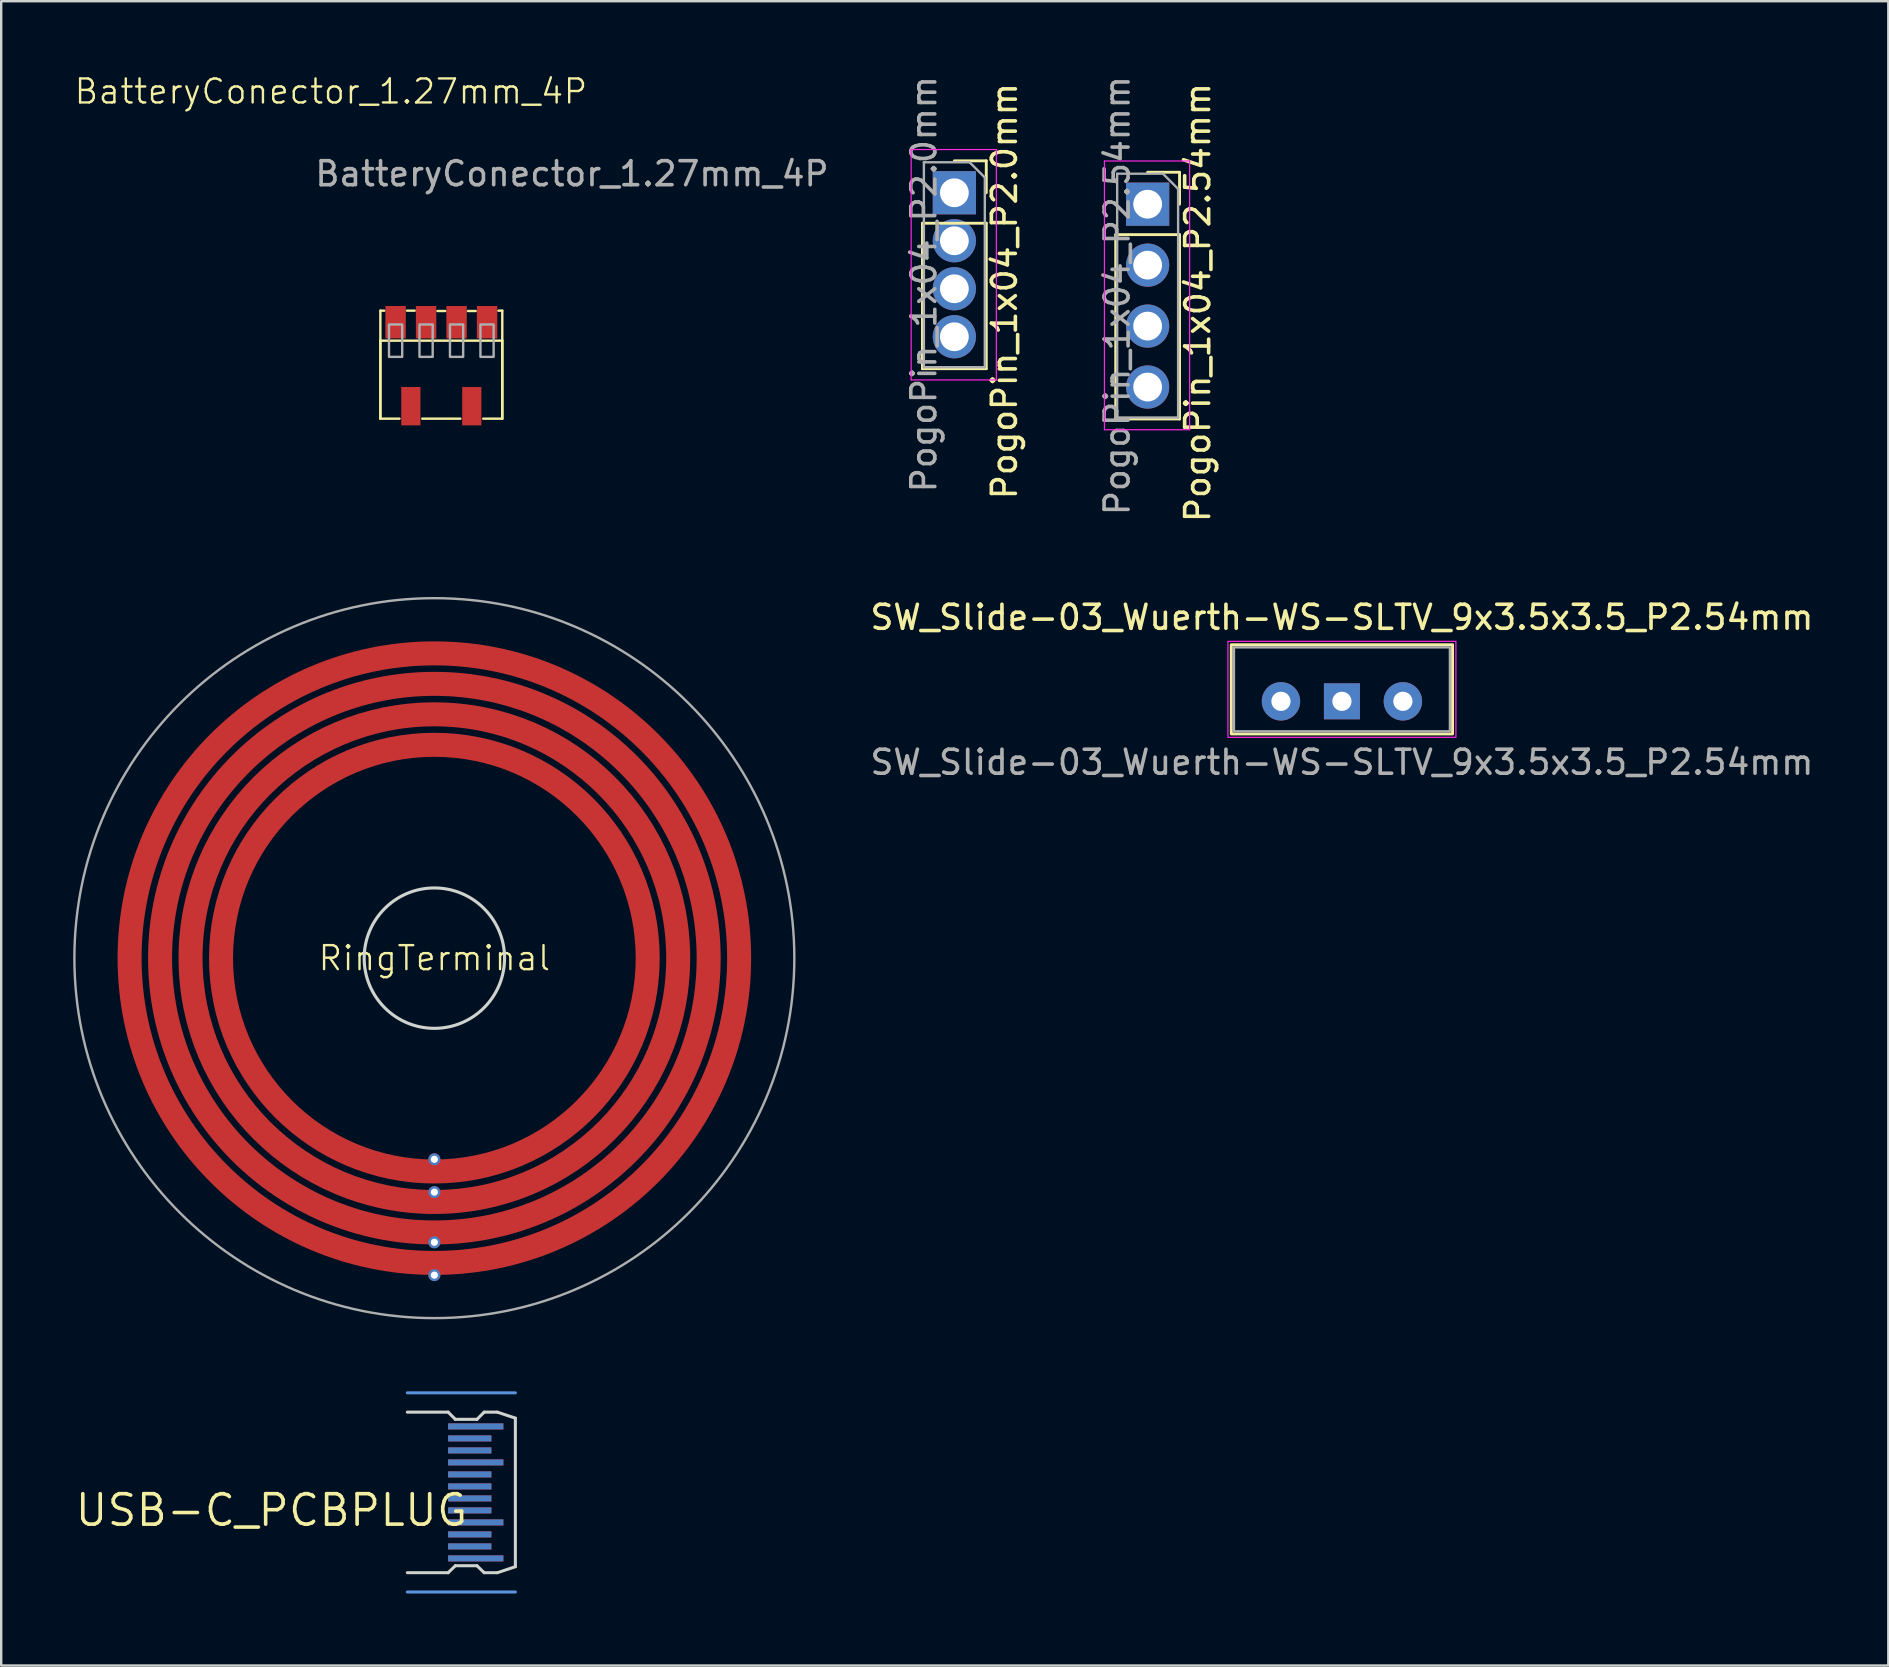
<source format=kicad_pcb>
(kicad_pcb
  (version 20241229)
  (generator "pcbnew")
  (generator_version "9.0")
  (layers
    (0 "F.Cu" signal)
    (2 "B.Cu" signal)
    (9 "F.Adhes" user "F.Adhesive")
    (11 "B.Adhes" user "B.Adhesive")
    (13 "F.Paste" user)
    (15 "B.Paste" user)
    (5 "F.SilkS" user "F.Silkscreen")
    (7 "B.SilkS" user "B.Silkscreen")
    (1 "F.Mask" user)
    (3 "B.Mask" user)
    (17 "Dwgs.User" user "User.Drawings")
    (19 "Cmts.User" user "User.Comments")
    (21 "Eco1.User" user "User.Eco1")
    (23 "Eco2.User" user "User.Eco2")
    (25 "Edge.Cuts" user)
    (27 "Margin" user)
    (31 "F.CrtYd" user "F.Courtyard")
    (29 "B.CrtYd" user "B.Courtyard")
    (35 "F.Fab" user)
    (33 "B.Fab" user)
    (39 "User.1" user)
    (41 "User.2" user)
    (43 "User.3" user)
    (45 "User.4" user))
  (footprint "PogoPin_1x04_P2.54mm"
    (layer "F.Cu")
    (at 44.772 5.458)
    (property "Reference" "PogoPin_1x04_P2.54mm" (at 2.087 4.1 270) (layer "F.SilkS") (effects (font (size 1 1) (thickness 0.15))))
    (attr through_hole)
    (fp_line (start -1.33 1.27) (end -1.33 8.95) (stroke (width 0.12) (type solid)) (layer "F.SilkS"))
    (fp_line (start -1.33 1.27) (end 1.33 1.27) (stroke (width 0.12) (type solid)) (layer "F.SilkS"))
    (fp_line (start -1.33 8.95) (end 1.33 8.95) (stroke (width 0.12) (type solid)) (layer "F.SilkS"))
    (fp_line (start 0 -1.33) (end 1.33 -1.33) (stroke (width 0.12) (type solid)) (layer "F.SilkS"))
    (fp_line (start 1.33 -1.33) (end 1.33 0) (stroke (width 0.12) (type solid)) (layer "F.SilkS"))
    (fp_line (start 1.33 1.27) (end 1.33 8.95) (stroke (width 0.12) (type solid)) (layer "F.SilkS"))
    (fp_line (start -1.8 -1.8) (end 1.75 -1.8) (stroke (width 0.05) (type solid)) (layer "F.CrtYd"))
    (fp_line (start -1.8 9.4) (end -1.8 -1.8) (stroke (width 0.05) (type solid)) (layer "F.CrtYd"))
    (fp_line (start 1.75 -1.8) (end 1.75 9.4) (stroke (width 0.05) (type solid)) (layer "F.CrtYd"))
    (fp_line (start 1.75 9.4) (end -1.8 9.4) (stroke (width 0.05) (type solid)) (layer "F.CrtYd"))
    (fp_line (start -1.27 -1.27) (end 0.635 -1.27) (stroke (width 0.1) (type solid)) (layer "F.Fab"))
    (fp_line (start -1.27 8.89) (end -1.27 -1.27) (stroke (width 0.1) (type solid)) (layer "F.Fab"))
    (fp_line (start 0.635 -1.27) (end 1.27 -0.635) (stroke (width 0.1) (type solid)) (layer "F.Fab"))
    (fp_line (start 1.27 -0.635) (end 1.27 8.89) (stroke (width 0.1) (type solid)) (layer "F.Fab"))
    (fp_line (start 1.27 8.89) (end -1.27 8.89) (stroke (width 0.1) (type solid)) (layer "F.Fab"))
    (fp_text user "${REFERENCE}" (at -1.27 3.81 270) (layer "F.Fab") (effects (font (size 1 1) (thickness 0.15))))
    (pad "1" thru_hole rect (at 0 0) (size 1.8 1.8) (drill 1.2) (layers "*.Cu" "*.Mask"))
    (pad "2" thru_hole oval (at 0 2.54) (size 1.8 1.8) (drill 1.2) (layers "*.Cu" "*.Mask"))
    (pad "3" thru_hole oval (at 0 5.08) (size 1.8 1.8) (drill 1.2) (layers "*.Cu" "*.Mask"))
    (pad "4" thru_hole oval (at 0 7.62) (size 1.8 1.8) (drill 1.2) (layers "*.Cu" "*.Mask")))
  (footprint "SW_Slide-03_Wuerth-WS-SLTV_9x3.5x3.5_P2.54mm"
    (layer "F.Cu")
    (at 52.868 26.174)
    (property "Reference" "SW_Slide-03_Wuerth-WS-SLTV_9x3.5x3.5_P2.54mm" (at 0 -3.5 180) (layer "F.SilkS") (effects (font (size 1 1) (thickness 0.15))))
    (attr through_hole)
    (fp_rect (start -4.61 -2.36) (end 4.61 1.36) (stroke (width 0.12) (type default)) (fill no) (layer "F.SilkS"))
    (fp_rect (start -4.75 -2.5) (end 4.75 1.5) (stroke (width 0.05) (type default)) (fill no) (layer "F.CrtYd"))
    (fp_rect (start -4.5 -2.25) (end 4.5 1.25) (stroke (width 0.1) (type default)) (fill no) (layer "F.Fab"))
    (fp_text user "${REFERENCE}" (at 0 2.54 180) (layer "F.Fab") (effects (font (size 1 1) (thickness 0.15))))
    (pad "1" thru_hole rect (at 0 0) (size 1.5 1.5) (drill 0.8) (layers "*.Cu" "*.Mask"))
    (pad "2" thru_hole circle (at -2.54 0) (size 1.6 1.6) (drill 0.8) (layers "*.Cu" "*.Mask"))
    (pad "3" thru_hole circle (at 2.54 0) (size 1.6 1.6) (drill 0.8) (layers "*.Cu" "*.Mask")))
  (footprint "BatteryConector_1.27mm_4P"
    (layer "F.Cu")
    (at 15.34 11.146)
    (property "Reference" "BatteryConector_1.27mm_4P" (at -4.6 -10.385 0) (unlocked yes) (layer "F.SilkS") (effects (font (size 1 1) (thickness 0.1))))
    (attr smd)
    (fp_line (start -2.54 -1.25) (end -2.54 3.25) (stroke (width 0.1) (type default)) (layer "F.SilkS"))
    (fp_line (start -2.54 -1.25) (end -2.38 -1.25) (stroke (width 0.1) (type solid)) (layer "F.SilkS"))
    (fp_line (start -2.54 0) (end 2.54 0) (stroke (width 0.1) (type default)) (layer "F.SilkS"))
    (fp_line (start -2.54 3.25) (end -2.54 0) (stroke (width 0.1) (type solid)) (layer "F.SilkS"))
    (fp_line (start -2.54 3.25) (end -1.745 3.25) (stroke (width 0.1) (type solid)) (layer "F.SilkS"))
    (fp_line (start -1.43 -1.25) (end -1.11 -1.25) (stroke (width 0.1) (type solid)) (layer "F.SilkS"))
    (fp_line (start -0.795 3.25) (end 0.794 3.25) (stroke (width 0.1) (type solid)) (layer "F.SilkS"))
    (fp_line (start -0.16 -1.237) (end 0.16 -1.237) (stroke (width 0.1) (type solid)) (layer "F.SilkS"))
    (fp_line (start 1.11 -1.237) (end 1.43 -1.237) (stroke (width 0.1) (type solid)) (layer "F.SilkS"))
    (fp_line (start 1.745 3.25) (end 2.54 3.25) (stroke (width 0.1) (type solid)) (layer "F.SilkS"))
    (fp_line (start 2.38 -1.25) (end 2.54 -1.25) (stroke (width 0.1) (type solid)) (layer "F.SilkS"))
    (fp_line (start 2.54 -1.25) (end 2.54 3.25) (stroke (width 0.1) (type solid)) (layer "F.SilkS"))
    (fp_line (start 2.54 3.25) (end 2.54 0) (stroke (width 0.1) (type solid)) (layer "F.SilkS"))
    (fp_rect (start -2.18 -0.675) (end -1.63 0.675) (stroke (width 0.1) (type solid)) (fill no) (layer "F.Fab"))
    (fp_rect (start -0.91 -0.675) (end -0.36 0.675) (stroke (width 0.1) (type solid)) (fill no) (layer "F.Fab"))
    (fp_rect (start 0.36 -0.675) (end 0.91 0.675) (stroke (width 0.1) (type solid)) (fill no) (layer "F.Fab"))
    (fp_rect (start 1.63 -0.675) (end 2.18 0.675) (stroke (width 0.1) (type solid)) (fill no) (layer "F.Fab"))
    (fp_text user "${REFERENCE}" (at 5.444 -6.955 0) (unlocked yes) (layer "F.Fab") (effects (font (size 1 1) (thickness 0.15))))
    (pad "" smd rect (at -1.27 2.73) (size 0.8 1.6) (layers "F.Cu" "F.Mask" "F.Paste"))
    (pad "" smd rect (at 1.27 2.73) (size 0.8 1.6) (layers "F.Cu" "F.Mask" "F.Paste"))
    (pad "1" smd rect (at -1.905 -0.77) (size 0.85 1.35) (layers "F.Cu" "F.Mask" "F.Paste"))
    (pad "2" smd rect (at -0.635 -0.77) (size 0.85 1.35) (layers "F.Cu" "F.Mask" "F.Paste"))
    (pad "3" smd rect (at 0.635 -0.77) (size 0.85 1.35) (layers "F.Cu" "F.Mask" "F.Paste"))
    (pad "4" smd rect (at 1.905 -0.77) (size 0.85 1.35) (layers "F.Cu" "F.Mask" "F.Paste")))
  (footprint "RingTerminal"
    (layer "F.Cu")
    (at 15.05 36.876)
    (property "Reference" "RingTerminal" (at 0 0 0) (unlocked yes) (layer "F.SilkS") (effects (font (size 1 1) (thickness 0.1))))
    (attr through_hole)
    (fp_circle (center 0 0) (end 0 8.89) (stroke (width 1) (type solid)) (fill no) (layer "F.Cu"))
    (fp_circle (center 0 0) (end 0 10.16) (stroke (width 1) (type solid)) (fill no) (layer "F.Cu"))
    (fp_circle (center 0 0) (end 0 11.43) (stroke (width 1) (type solid)) (fill no) (layer "F.Cu"))
    (fp_circle (center 0 0) (end 0 12.7) (stroke (width 1) (type solid)) (fill no) (layer "F.Cu"))
    (fp_circle (center 0 0) (end 8.89 0) (stroke (width 1) (type solid)) (fill no) (layer "F.Mask"))
    (fp_circle (center 0 0) (end 8.89 0) (stroke (width 1) (type solid)) (fill no) (layer "F.Mask"))
    (fp_circle (center 0 0) (end 10.16 0) (stroke (width 1) (type solid)) (fill no) (layer "F.Mask"))
    (fp_circle (center 0 0) (end 11.43 0) (stroke (width 1) (type solid)) (fill no) (layer "F.Mask"))
    (fp_circle (center 0 0) (end 12.7 0) (stroke (width 1) (type solid)) (fill no) (layer "F.Mask"))
    (fp_circle (center 0 0) (end 2.925 0) (stroke (width 0.13) (type solid)) (fill no) (layer "Edge.Cuts"))
    (fp_circle (center 0 0) (end 15 0) (stroke (width 0.1) (type solid)) (fill no) (layer "F.Fab"))
    (pad "1" thru_hole circle (at 0 8.382) (size 0.5 0.5) (drill 0.3) (layers "*.Cu" "*.Mask"))
    (pad "2" thru_hole circle (at 0 9.75) (size 0.5 0.5) (drill 0.3) (layers "*.Cu" "*.Mask"))
    (pad "3" thru_hole circle (at 0 11.84) (size 0.5 0.5) (drill 0.3) (layers "*.Cu" "*.Mask"))
    (pad "4" thru_hole circle (at 0 13.208) (size 0.5 0.5) (drill 0.3) (layers "*.Cu" "*.Mask")))
  (footprint "PogoPin_1x04_P2.0mm"
    (layer "F.Cu")
    (at 36.718 4.982)
    (property "Reference" "PogoPin_1x04_P2.0mm" (at 2.087 4.1 270) (layer "F.SilkS") (effects (font (size 1 1) (thickness 0.15))))
    (attr through_hole)
    (fp_line (start -1.33 1.27) (end -1.33 7.33) (stroke (width 0.12) (type solid)) (layer "F.SilkS"))
    (fp_line (start -1.33 1.27) (end 1.33 1.27) (stroke (width 0.12) (type solid)) (layer "F.SilkS"))
    (fp_line (start -1.33 7.33) (end 1.33 7.33) (stroke (width 0.12) (type solid)) (layer "F.SilkS"))
    (fp_line (start 0 -1.33) (end 1.33 -1.33) (stroke (width 0.12) (type solid)) (layer "F.SilkS"))
    (fp_line (start 1.33 -1.33) (end 1.33 0) (stroke (width 0.12) (type solid)) (layer "F.SilkS"))
    (fp_line (start 1.33 1.27) (end 1.33 7.33) (stroke (width 0.12) (type solid)) (layer "F.SilkS"))
    (fp_line (start -1.8 -1.8) (end 1.75 -1.8) (stroke (width 0.05) (type solid)) (layer "F.CrtYd"))
    (fp_line (start -1.8 7.8) (end -1.8 -1.8) (stroke (width 0.05) (type solid)) (layer "F.CrtYd"))
    (fp_line (start 1.75 -1.8) (end 1.75 7.8) (stroke (width 0.05) (type solid)) (layer "F.CrtYd"))
    (fp_line (start 1.75 7.8) (end -1.8 7.8) (stroke (width 0.05) (type solid)) (layer "F.CrtYd"))
    (fp_line (start -1.27 -1.27) (end 0.635 -1.27) (stroke (width 0.1) (type solid)) (layer "F.Fab"))
    (fp_line (start -1.27 7.27) (end -1.27 -1.27) (stroke (width 0.1) (type solid)) (layer "F.Fab"))
    (fp_line (start 0.635 -1.27) (end 1.27 -0.635) (stroke (width 0.1) (type solid)) (layer "F.Fab"))
    (fp_line (start 1.27 -0.635) (end 1.27 7.27) (stroke (width 0.1) (type solid)) (layer "F.Fab"))
    (fp_line (start 1.27 7.27) (end -1.27 7.27) (stroke (width 0.1) (type solid)) (layer "F.Fab"))
    (fp_text user "${REFERENCE}" (at -1.27 3.81 270) (layer "F.Fab") (effects (font (size 1 1) (thickness 0.15))))
    (pad "1" thru_hole rect (at 0 0) (size 1.8 1.8) (drill 1.2) (layers "*.Cu" "*.Mask"))
    (pad "2" thru_hole oval (at 0 2) (size 1.8 1.8) (drill 1.2) (layers "*.Cu" "*.Mask"))
    (pad "3" thru_hole oval (at 0 4) (size 1.8 1.8) (drill 1.2) (layers "*.Cu" "*.Mask"))
    (pad "4" thru_hole oval (at 0 6) (size 1.8 1.8) (drill 1.2) (layers "*.Cu" "*.Mask")))
  (footprint "USB-C_PCBPLUG"
    (layer "F.Cu")
    (at 16.525 59.139)
    (property "Reference" "USB-C_PCBPLUG" (at 0 0 0) (layer "F.SilkS") (effects (font (size 1.27 1.27) (thickness 0.15)) (justify right top)))
    (attr through_hole)
    (fp_poly (pts (xy -1 3.5) (xy 2 3.5) (xy 2 -3.5) (xy -1 -3.5)) (stroke (width 0) (type solid)) (fill yes) (layer "F.Mask"))
    (fp_poly (pts (xy -1 3.5) (xy 2 3.5) (xy 2 -3.5) (xy -1 -3.5)) (stroke (width 0) (type solid)) (fill yes) (layer "B.Mask"))
    (fp_line (start -2.6 -4.15) (end 1.9 -4.15) (stroke (width 0.127) (type solid)) (layer "Cmts.User"))
    (fp_line (start -2.6 4.15) (end 1.9 4.15) (stroke (width 0.127) (type solid)) (layer "Cmts.User"))
    (fp_line (start -2.6 -3.345) (end -0.9 -3.345) (stroke (width 0.127) (type solid)) (layer "Edge.Cuts"))
    (fp_line (start -2.6 3.345) (end -0.9 3.345) (stroke (width 0.127) (type solid)) (layer "Edge.Cuts"))
    (fp_line (start -0.9 -3.345) (end -0.6 -3.045) (stroke (width 0.127) (type solid)) (layer "Edge.Cuts"))
    (fp_line (start -0.9 3.345) (end -0.6 3.055) (stroke (width 0.127) (type solid)) (layer "Edge.Cuts"))
    (fp_line (start -0.6 -3.045) (end 0.3 -3.045) (stroke (width 0.127) (type solid)) (layer "Edge.Cuts"))
    (fp_line (start -0.6 3.055) (end 0.3 3.055) (stroke (width 0.127) (type solid)) (layer "Edge.Cuts"))
    (fp_line (start 0.3 -3.045) (end 0.6 -3.345) (stroke (width 0.127) (type solid)) (layer "Edge.Cuts"))
    (fp_line (start 0.3 3.055) (end 0.6 3.345) (stroke (width 0.127) (type solid)) (layer "Edge.Cuts"))
    (fp_line (start 0.6 -3.345) (end 1.15 -3.345) (stroke (width 0.127) (type solid)) (layer "Edge.Cuts"))
    (fp_line (start 0.6 3.345) (end 1.15 3.345) (stroke (width 0.127) (type solid)) (layer "Edge.Cuts"))
    (fp_line (start 1.15 -3.345) (end 1.9 -3.095) (stroke (width 0.127) (type solid)) (layer "Edge.Cuts"))
    (fp_line (start 1.9 -3.095) (end 1.9 3.095) (stroke (width 0.127) (type solid)) (layer "Edge.Cuts"))
    (fp_line (start 1.9 3.095) (end 1.15 3.345) (stroke (width 0.127) (type solid)) (layer "Edge.Cuts"))
    (pad "A1" smd rect (at 0.25 2.75) (size 2.3 0.25) (layers "F.Cu" "F.Mask"))
    (pad "A2" smd rect (at 0 2.25) (size 1.8 0.25) (layers "F.Cu" "F.Mask"))
    (pad "A3" smd rect (at 0 1.75) (size 1.8 0.25) (layers "F.Cu" "F.Mask"))
    (pad "A4" smd rect (at 0.25 1.25) (size 2.3 0.25) (layers "F.Cu" "F.Mask"))
    (pad "A5" smd rect (at 0 0.75) (size 1.8 0.25) (layers "F.Cu" "F.Mask"))
    (pad "A6" smd rect (at 0 0.25) (size 1.8 0.25) (layers "F.Cu" "F.Mask"))
    (pad "A7" smd rect (at 0 -0.25) (size 1.8 0.25) (layers "F.Cu" "F.Mask"))
    (pad "A8" smd rect (at 0 -0.75) (size 1.8 0.25) (layers "F.Cu" "F.Mask"))
    (pad "A9" smd rect (at 0.25 -1.25) (size 2.3 0.25) (layers "F.Cu" "F.Mask"))
    (pad "A10" smd rect (at 0 -1.75) (size 1.8 0.25) (layers "F.Cu" "F.Mask"))
    (pad "A11" smd rect (at 0 -2.25) (size 1.8 0.25) (layers "F.Cu" "F.Mask"))
    (pad "A12" smd rect (at 0.25 -2.75) (size 2.3 0.25) (layers "F.Cu" "F.Mask"))
    (pad "B1" smd rect (at 0.25 -2.75) (size 2.3 0.25) (layers "B.Cu" "B.Mask"))
    (pad "B2" smd rect (at 0 -2.25) (size 1.8 0.25) (layers "B.Cu" "B.Mask"))
    (pad "B3" smd rect (at 0 -1.75) (size 1.8 0.25) (layers "B.Cu" "B.Mask"))
    (pad "B4" smd rect (at 0.25 -1.25) (size 2.3 0.25) (layers "B.Cu" "B.Mask"))
    (pad "B5" smd rect (at 0 -0.75) (size 1.8 0.25) (layers "B.Cu" "B.Mask"))
    (pad "B6" smd rect (at 0 -0.25) (size 1.8 0.25) (layers "B.Cu" "B.Mask"))
    (pad "B7" smd rect (at 0 0.25) (size 1.8 0.25) (layers "B.Cu" "B.Mask"))
    (pad "B8" smd rect (at 0 0.75) (size 1.8 0.25) (layers "B.Cu" "B.Mask"))
    (pad "B9" smd rect (at 0.25 1.25) (size 2.3 0.25) (layers "B.Cu" "B.Mask"))
    (pad "B10" smd rect (at 0 1.75) (size 1.8 0.25) (layers "B.Cu" "B.Mask"))
    (pad "B11" smd rect (at 0 2.25) (size 1.8 0.25) (layers "B.Cu" "B.Mask"))
    (pad "B12" smd rect (at 0.25 2.75) (size 2.3 0.25) (layers "B.Cu" "B.Mask")))
  (gr_rect
    (start -3 -3)
    (end 75.636 66.353)
    (stroke (width 0.1) (type default))
    (fill no)
    (layer "Edge.Cuts")))
</source>
